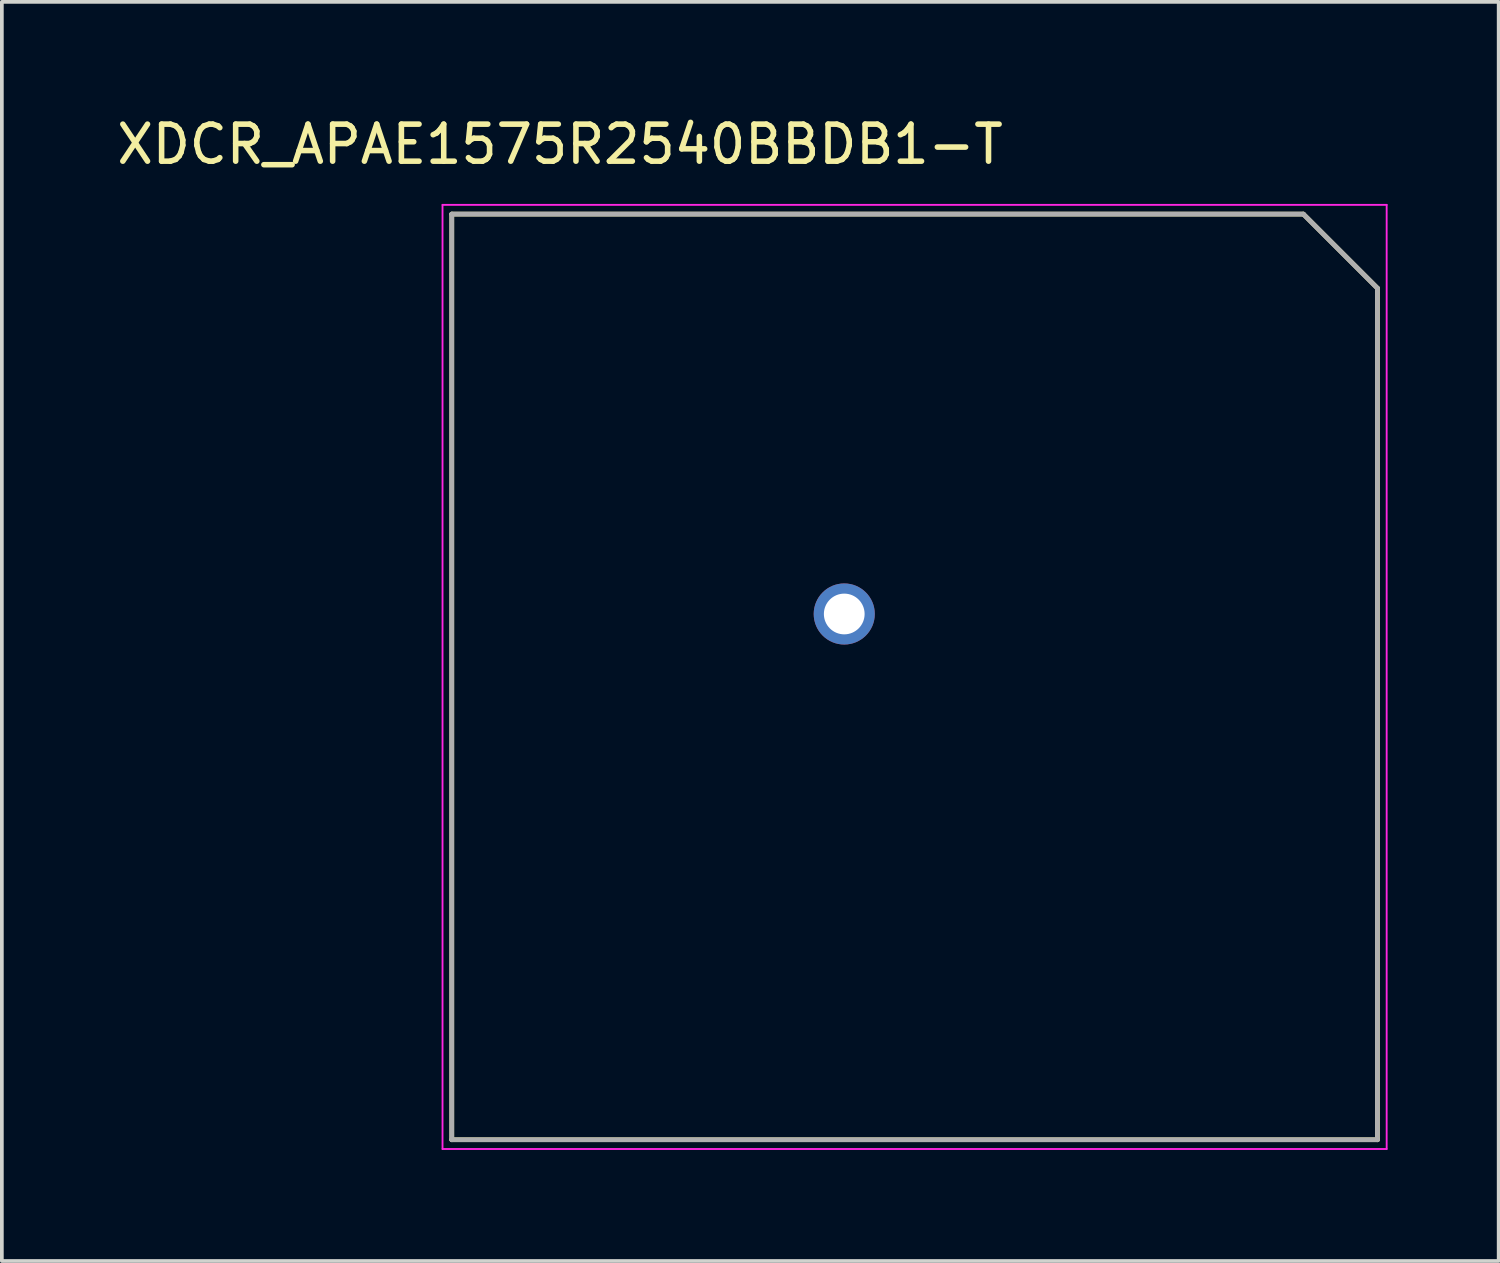
<source format=kicad_pcb>
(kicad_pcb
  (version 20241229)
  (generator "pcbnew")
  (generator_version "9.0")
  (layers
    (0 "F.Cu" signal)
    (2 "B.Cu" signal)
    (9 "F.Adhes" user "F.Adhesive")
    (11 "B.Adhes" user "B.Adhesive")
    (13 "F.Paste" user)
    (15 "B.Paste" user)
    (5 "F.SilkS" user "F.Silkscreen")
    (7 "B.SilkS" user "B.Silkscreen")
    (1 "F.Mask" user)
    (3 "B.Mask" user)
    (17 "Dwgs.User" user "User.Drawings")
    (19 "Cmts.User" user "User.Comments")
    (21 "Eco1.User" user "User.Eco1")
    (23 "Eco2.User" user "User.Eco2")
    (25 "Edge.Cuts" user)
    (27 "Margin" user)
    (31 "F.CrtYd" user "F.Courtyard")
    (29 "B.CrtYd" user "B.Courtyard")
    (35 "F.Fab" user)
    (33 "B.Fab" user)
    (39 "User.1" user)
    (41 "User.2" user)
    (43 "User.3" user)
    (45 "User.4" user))
  (footprint "XDCR_APAE1575R2540BBDB1-T"
    (layer "F.Cu")
    (at 21.652 15.233)
    (property "Reference" "XDCR_APAE1575R2540BBDB1-T" (at -9.575 -14.385 0) (layer "F.SilkS") (effects (font (size 1 1) (thickness 0.15))))
    (attr through_hole)
    (fp_line (start -12.5 -12.5) (end 10.5 -12.5) (stroke (width 0.127) (type solid)) (layer "F.SilkS"))
    (fp_line (start -12.5 12.5) (end -12.5 -12.5) (stroke (width 0.127) (type solid)) (layer "F.SilkS"))
    (fp_line (start 10.5 -12.5) (end 12.5 -10.5) (stroke (width 0.127) (type solid)) (layer "F.SilkS"))
    (fp_line (start 12.5 -10.5) (end 12.5 12.5) (stroke (width 0.127) (type solid)) (layer "F.SilkS"))
    (fp_line (start 12.5 12.5) (end -12.5 12.5) (stroke (width 0.127) (type solid)) (layer "F.SilkS"))
    (fp_line (start -12.75 -12.75) (end -12.75 12.75) (stroke (width 0.05) (type solid)) (layer "F.CrtYd"))
    (fp_line (start -12.75 12.75) (end 12.75 12.75) (stroke (width 0.05) (type solid)) (layer "F.CrtYd"))
    (fp_line (start 12.75 -12.75) (end -12.75 -12.75) (stroke (width 0.05) (type solid)) (layer "F.CrtYd"))
    (fp_line (start 12.75 12.75) (end 12.75 -12.75) (stroke (width 0.05) (type solid)) (layer "F.CrtYd"))
    (fp_line (start -12.5 -12.5) (end 10.5 -12.5) (stroke (width 0.127) (type solid)) (layer "F.Fab"))
    (fp_line (start -12.5 12.5) (end -12.5 -12.5) (stroke (width 0.127) (type solid)) (layer "F.Fab"))
    (fp_line (start 10.5 -12.5) (end 12.5 -10.5) (stroke (width 0.127) (type solid)) (layer "F.Fab"))
    (fp_line (start 12.5 -10.5) (end 12.5 12.5) (stroke (width 0.127) (type solid)) (layer "F.Fab"))
    (fp_line (start 12.5 12.5) (end -12.5 12.5) (stroke (width 0.127) (type solid)) (layer "F.Fab"))
    (pad "1" thru_hole circle (at -1.9 -1.7) (size 1.65 1.65) (drill 1.1) (layers "*.Cu" "*.Mask")))
  (gr_rect
    (start -3 -3)
    (end 37.427 31.008)
    (stroke (width 0.1) (type default))
    (fill no)
    (layer "Edge.Cuts")))
</source>
